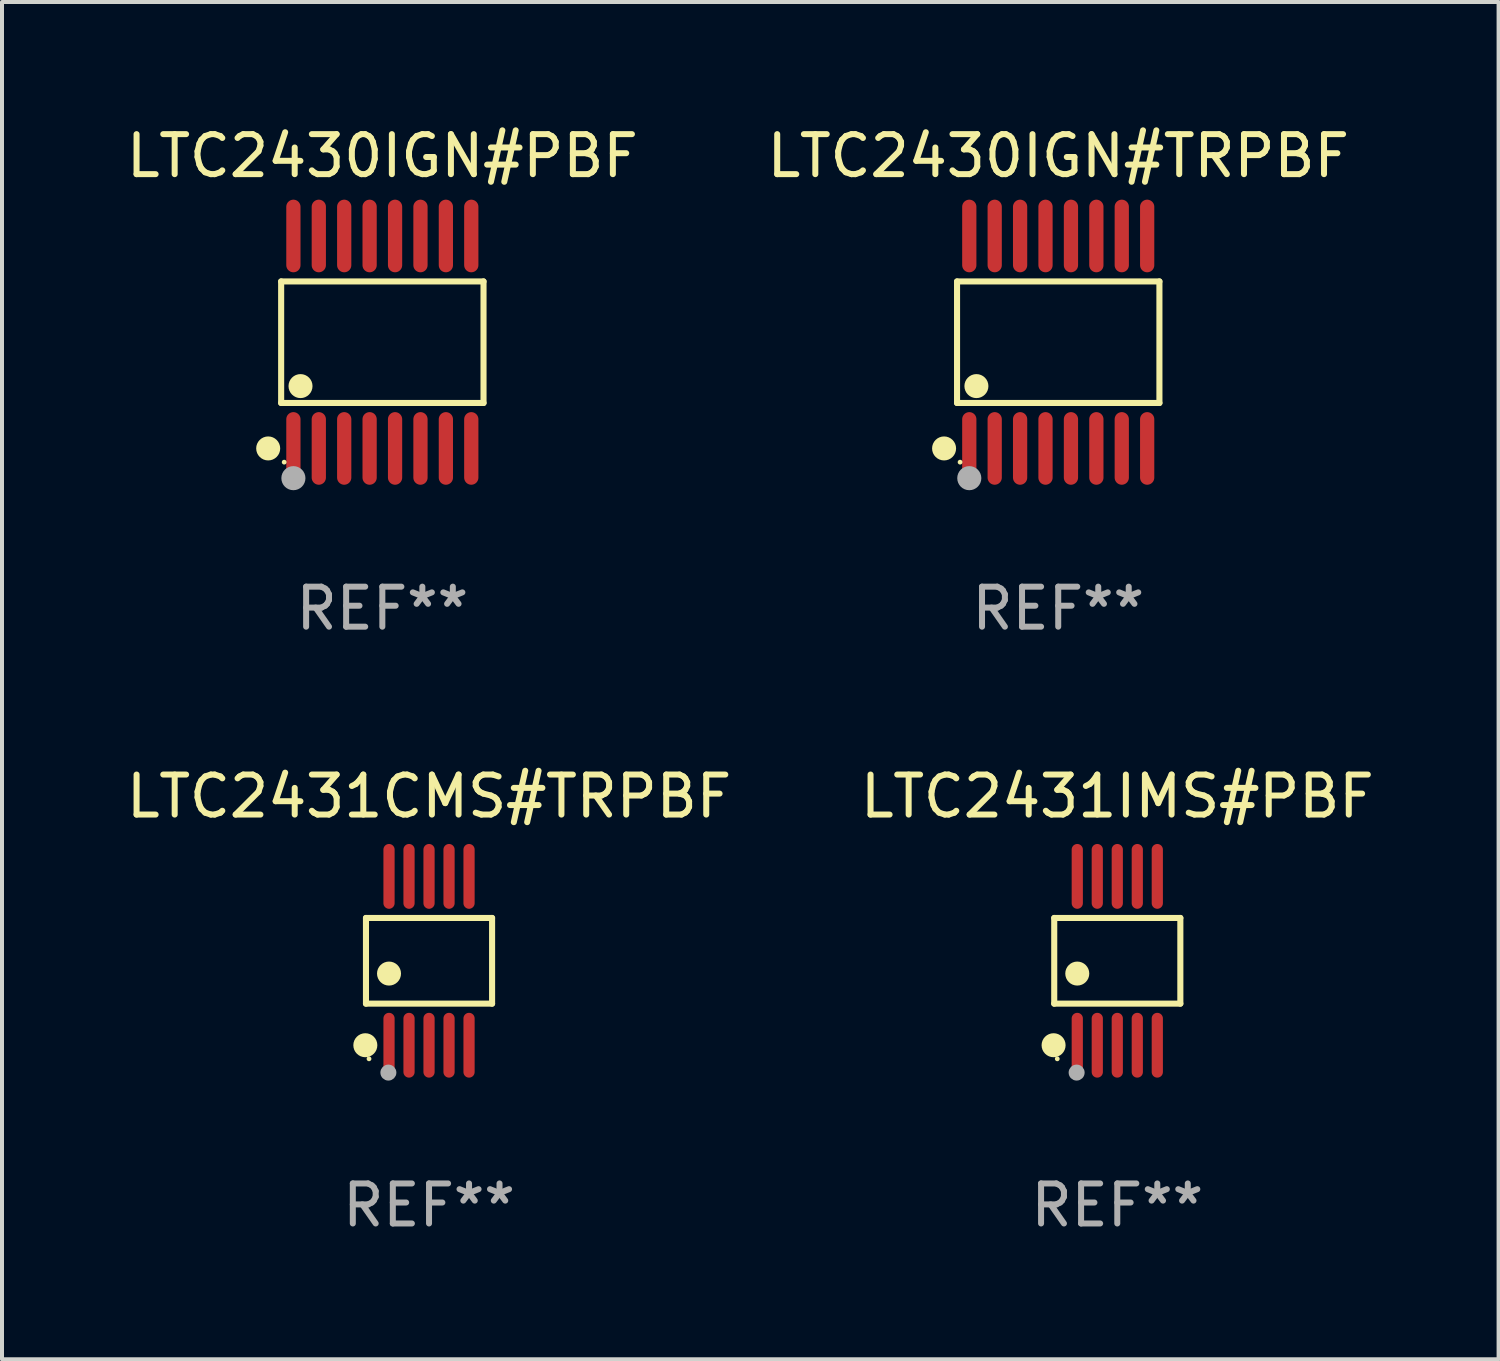
<source format=kicad_pcb>
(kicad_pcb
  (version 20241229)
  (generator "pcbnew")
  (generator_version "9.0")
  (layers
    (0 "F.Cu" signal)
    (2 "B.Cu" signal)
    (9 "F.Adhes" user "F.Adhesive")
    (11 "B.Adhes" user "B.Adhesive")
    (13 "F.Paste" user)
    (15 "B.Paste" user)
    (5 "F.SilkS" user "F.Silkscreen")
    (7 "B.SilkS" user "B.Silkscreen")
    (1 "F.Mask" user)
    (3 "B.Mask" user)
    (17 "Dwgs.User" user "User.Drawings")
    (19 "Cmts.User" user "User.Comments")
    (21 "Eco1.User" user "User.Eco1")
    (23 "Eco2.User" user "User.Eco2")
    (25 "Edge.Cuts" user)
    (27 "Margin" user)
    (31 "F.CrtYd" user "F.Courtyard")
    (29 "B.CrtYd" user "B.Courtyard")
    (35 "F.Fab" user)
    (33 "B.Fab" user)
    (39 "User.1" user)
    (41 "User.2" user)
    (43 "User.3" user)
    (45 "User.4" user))
  (footprint "LTC2431IMS#PBF"
    (layer "F.Cu")
    (at 24.875 20.964)
    (property "Reference" "LTC2431IMS#PBF" (at 0 -4.11 0) (layer "F.SilkS") (effects (font (size 1 1) (thickness 0.15))))
    (attr through_hole)
    (fp_line (start -1.576 -1.071) (end 1.576 -1.071) (stroke (width 0.152) (type solid)) (layer "F.SilkS"))
    (fp_line (start -1.576 1.071) (end -1.576 -1.071) (stroke (width 0.152) (type solid)) (layer "F.SilkS"))
    (fp_line (start 1.576 -1.071) (end 1.576 1.071) (stroke (width 0.152) (type solid)) (layer "F.SilkS"))
    (fp_line (start 1.576 1.071) (end -1.576 1.071) (stroke (width 0.152) (type solid)) (layer "F.SilkS"))
    (fp_circle (center -1.592 2.11) (end -1.442 2.11) (stroke (width 0.3) (type solid)) (fill no) (layer "F.SilkS"))
    (fp_circle (center -1.5 2.45) (end -1.47 2.45) (stroke (width 0.06) (type solid)) (fill no) (layer "F.SilkS"))
    (fp_circle (center -1 0.319) (end -0.85 0.319) (stroke (width 0.3) (type solid)) (fill no) (layer "F.SilkS"))
    (fp_circle (center -1.016 2.794) (end -0.916 2.794) (stroke (width 0.2) (type solid)) (fill no) (layer "F.Fab"))
    (fp_text user "REF**" (at 0 6.11 0) (layer "F.Fab") (effects (font (size 1 1) (thickness 0.15))))
    (pad "1" smd oval (at -1 2.11) (size 0.28 1.62) (layers "F.Cu" "F.Mask" "F.Paste"))
    (pad "2" smd oval (at -0.5 2.11) (size 0.28 1.62) (layers "F.Cu" "F.Mask" "F.Paste"))
    (pad "3" smd oval (at 0 2.11) (size 0.28 1.62) (layers "F.Cu" "F.Mask" "F.Paste"))
    (pad "4" smd oval (at 0.5 2.11) (size 0.28 1.62) (layers "F.Cu" "F.Mask" "F.Paste"))
    (pad "5" smd oval (at 1 2.11) (size 0.28 1.62) (layers "F.Cu" "F.Mask" "F.Paste"))
    (pad "6" smd oval (at 1 -2.11) (size 0.28 1.62) (layers "F.Cu" "F.Mask" "F.Paste"))
    (pad "7" smd oval (at 0.5 -2.11) (size 0.28 1.62) (layers "F.Cu" "F.Mask" "F.Paste"))
    (pad "8" smd oval (at 0 -2.11) (size 0.28 1.62) (layers "F.Cu" "F.Mask" "F.Paste"))
    (pad "9" smd oval (at -0.5 -2.11) (size 0.28 1.62) (layers "F.Cu" "F.Mask" "F.Paste"))
    (pad "10" smd oval (at -1 -2.11) (size 0.28 1.62) (layers "F.Cu" "F.Mask" "F.Paste")))
  (footprint "LTC2430IGN#PBF"
    (layer "F.Cu")
    (at 6.506 5.503)
    (property "Reference" "LTC2430IGN#PBF" (at 0 -4.655 0) (layer "F.SilkS") (effects (font (size 1 1) (thickness 0.15))))
    (attr through_hole)
    (fp_line (start -2.529 -1.519) (end 2.529 -1.519) (stroke (width 0.152) (type solid)) (layer "F.SilkS"))
    (fp_line (start -2.529 1.519) (end -2.529 -1.519) (stroke (width 0.152) (type solid)) (layer "F.SilkS"))
    (fp_line (start 2.529 -1.519) (end 2.529 1.519) (stroke (width 0.152) (type solid)) (layer "F.SilkS"))
    (fp_line (start 2.529 1.519) (end -2.529 1.519) (stroke (width 0.152) (type solid)) (layer "F.SilkS"))
    (fp_circle (center -2.853 2.655) (end -2.703 2.655) (stroke (width 0.3) (type solid)) (fill no) (layer "F.SilkS"))
    (fp_circle (center -2.453 2.998) (end -2.423 2.998) (stroke (width 0.06) (type solid)) (fill no) (layer "F.SilkS"))
    (fp_circle (center -2.045 1.097) (end -1.895 1.097) (stroke (width 0.3) (type solid)) (fill no) (layer "F.SilkS"))
    (fp_circle (center -2.223 3.398) (end -2.072 3.398) (stroke (width 0.3) (type solid)) (fill no) (layer "F.Fab"))
    (fp_text user "REF**" (at 0 6.655 0) (layer "F.Fab") (effects (font (size 1 1) (thickness 0.15))))
    (pad "1" smd oval (at -2.223 2.655) (size 0.356 1.815) (layers "F.Cu" "F.Mask" "F.Paste"))
    (pad "2" smd oval (at -1.588 2.655) (size 0.356 1.815) (layers "F.Cu" "F.Mask" "F.Paste"))
    (pad "3" smd oval (at -0.953 2.655) (size 0.356 1.815) (layers "F.Cu" "F.Mask" "F.Paste"))
    (pad "4" smd oval (at -0.318 2.655) (size 0.356 1.815) (layers "F.Cu" "F.Mask" "F.Paste"))
    (pad "5" smd oval (at 0.318 2.655) (size 0.356 1.815) (layers "F.Cu" "F.Mask" "F.Paste"))
    (pad "6" smd oval (at 0.953 2.655) (size 0.356 1.815) (layers "F.Cu" "F.Mask" "F.Paste"))
    (pad "7" smd oval (at 1.588 2.655) (size 0.356 1.815) (layers "F.Cu" "F.Mask" "F.Paste"))
    (pad "8" smd oval (at 2.223 2.655) (size 0.356 1.815) (layers "F.Cu" "F.Mask" "F.Paste"))
    (pad "9" smd oval (at 2.223 -2.655) (size 0.356 1.815) (layers "F.Cu" "F.Mask" "F.Paste"))
    (pad "10" smd oval (at 1.588 -2.655) (size 0.356 1.815) (layers "F.Cu" "F.Mask" "F.Paste"))
    (pad "11" smd oval (at 0.953 -2.655) (size 0.356 1.815) (layers "F.Cu" "F.Mask" "F.Paste"))
    (pad "12" smd oval (at 0.318 -2.655) (size 0.356 1.815) (layers "F.Cu" "F.Mask" "F.Paste"))
    (pad "13" smd oval (at -0.318 -2.655) (size 0.356 1.815) (layers "F.Cu" "F.Mask" "F.Paste"))
    (pad "14" smd oval (at -0.953 -2.655) (size 0.356 1.815) (layers "F.Cu" "F.Mask" "F.Paste"))
    (pad "15" smd oval (at -1.588 -2.655) (size 0.356 1.815) (layers "F.Cu" "F.Mask" "F.Paste"))
    (pad "16" smd oval (at -2.223 -2.655) (size 0.356 1.815) (layers "F.Cu" "F.Mask" "F.Paste")))
  (footprint "LTC2430IGN#TRPBF"
    (layer "F.Cu")
    (at 23.399 5.503)
    (property "Reference" "LTC2430IGN#TRPBF" (at 0 -4.655 0) (layer "F.SilkS") (effects (font (size 1 1) (thickness 0.15))))
    (attr through_hole)
    (fp_line (start -2.529 -1.519) (end 2.529 -1.519) (stroke (width 0.152) (type solid)) (layer "F.SilkS"))
    (fp_line (start -2.529 1.519) (end -2.529 -1.519) (stroke (width 0.152) (type solid)) (layer "F.SilkS"))
    (fp_line (start 2.529 -1.519) (end 2.529 1.519) (stroke (width 0.152) (type solid)) (layer "F.SilkS"))
    (fp_line (start 2.529 1.519) (end -2.529 1.519) (stroke (width 0.152) (type solid)) (layer "F.SilkS"))
    (fp_circle (center -2.853 2.655) (end -2.703 2.655) (stroke (width 0.3) (type solid)) (fill no) (layer "F.SilkS"))
    (fp_circle (center -2.453 2.998) (end -2.423 2.998) (stroke (width 0.06) (type solid)) (fill no) (layer "F.SilkS"))
    (fp_circle (center -2.045 1.097) (end -1.895 1.097) (stroke (width 0.3) (type solid)) (fill no) (layer "F.SilkS"))
    (fp_circle (center -2.223 3.398) (end -2.072 3.398) (stroke (width 0.3) (type solid)) (fill no) (layer "F.Fab"))
    (fp_text user "REF**" (at 0 6.655 0) (layer "F.Fab") (effects (font (size 1 1) (thickness 0.15))))
    (pad "1" smd oval (at -2.223 2.655) (size 0.356 1.815) (layers "F.Cu" "F.Mask" "F.Paste"))
    (pad "2" smd oval (at -1.588 2.655) (size 0.356 1.815) (layers "F.Cu" "F.Mask" "F.Paste"))
    (pad "3" smd oval (at -0.953 2.655) (size 0.356 1.815) (layers "F.Cu" "F.Mask" "F.Paste"))
    (pad "4" smd oval (at -0.318 2.655) (size 0.356 1.815) (layers "F.Cu" "F.Mask" "F.Paste"))
    (pad "5" smd oval (at 0.318 2.655) (size 0.356 1.815) (layers "F.Cu" "F.Mask" "F.Paste"))
    (pad "6" smd oval (at 0.953 2.655) (size 0.356 1.815) (layers "F.Cu" "F.Mask" "F.Paste"))
    (pad "7" smd oval (at 1.588 2.655) (size 0.356 1.815) (layers "F.Cu" "F.Mask" "F.Paste"))
    (pad "8" smd oval (at 2.223 2.655) (size 0.356 1.815) (layers "F.Cu" "F.Mask" "F.Paste"))
    (pad "9" smd oval (at 2.223 -2.655) (size 0.356 1.815) (layers "F.Cu" "F.Mask" "F.Paste"))
    (pad "10" smd oval (at 1.588 -2.655) (size 0.356 1.815) (layers "F.Cu" "F.Mask" "F.Paste"))
    (pad "11" smd oval (at 0.953 -2.655) (size 0.356 1.815) (layers "F.Cu" "F.Mask" "F.Paste"))
    (pad "12" smd oval (at 0.318 -2.655) (size 0.356 1.815) (layers "F.Cu" "F.Mask" "F.Paste"))
    (pad "13" smd oval (at -0.318 -2.655) (size 0.356 1.815) (layers "F.Cu" "F.Mask" "F.Paste"))
    (pad "14" smd oval (at -0.953 -2.655) (size 0.356 1.815) (layers "F.Cu" "F.Mask" "F.Paste"))
    (pad "15" smd oval (at -1.588 -2.655) (size 0.356 1.815) (layers "F.Cu" "F.Mask" "F.Paste"))
    (pad "16" smd oval (at -2.223 -2.655) (size 0.356 1.815) (layers "F.Cu" "F.Mask" "F.Paste")))
  (footprint "LTC2431CMS#TRPBF"
    (layer "F.Cu")
    (at 7.673 20.964)
    (property "Reference" "LTC2431CMS#TRPBF" (at 0 -4.11 0) (layer "F.SilkS") (effects (font (size 1 1) (thickness 0.15))))
    (attr through_hole)
    (fp_line (start -1.576 -1.071) (end 1.576 -1.071) (stroke (width 0.152) (type solid)) (layer "F.SilkS"))
    (fp_line (start -1.576 1.071) (end -1.576 -1.071) (stroke (width 0.152) (type solid)) (layer "F.SilkS"))
    (fp_line (start 1.576 -1.071) (end 1.576 1.071) (stroke (width 0.152) (type solid)) (layer "F.SilkS"))
    (fp_line (start 1.576 1.071) (end -1.576 1.071) (stroke (width 0.152) (type solid)) (layer "F.SilkS"))
    (fp_circle (center -1.592 2.11) (end -1.442 2.11) (stroke (width 0.3) (type solid)) (fill no) (layer "F.SilkS"))
    (fp_circle (center -1.5 2.45) (end -1.47 2.45) (stroke (width 0.06) (type solid)) (fill no) (layer "F.SilkS"))
    (fp_circle (center -1 0.319) (end -0.85 0.319) (stroke (width 0.3) (type solid)) (fill no) (layer "F.SilkS"))
    (fp_circle (center -1.016 2.794) (end -0.916 2.794) (stroke (width 0.2) (type solid)) (fill no) (layer "F.Fab"))
    (fp_text user "REF**" (at 0 6.11 0) (layer "F.Fab") (effects (font (size 1 1) (thickness 0.15))))
    (pad "1" smd oval (at -1 2.11) (size 0.28 1.62) (layers "F.Cu" "F.Mask" "F.Paste"))
    (pad "2" smd oval (at -0.5 2.11) (size 0.28 1.62) (layers "F.Cu" "F.Mask" "F.Paste"))
    (pad "3" smd oval (at 0 2.11) (size 0.28 1.62) (layers "F.Cu" "F.Mask" "F.Paste"))
    (pad "4" smd oval (at 0.5 2.11) (size 0.28 1.62) (layers "F.Cu" "F.Mask" "F.Paste"))
    (pad "5" smd oval (at 1 2.11) (size 0.28 1.62) (layers "F.Cu" "F.Mask" "F.Paste"))
    (pad "6" smd oval (at 1 -2.11) (size 0.28 1.62) (layers "F.Cu" "F.Mask" "F.Paste"))
    (pad "7" smd oval (at 0.5 -2.11) (size 0.28 1.62) (layers "F.Cu" "F.Mask" "F.Paste"))
    (pad "8" smd oval (at 0 -2.11) (size 0.28 1.62) (layers "F.Cu" "F.Mask" "F.Paste"))
    (pad "9" smd oval (at -0.5 -2.11) (size 0.28 1.62) (layers "F.Cu" "F.Mask" "F.Paste"))
    (pad "10" smd oval (at -1 -2.11) (size 0.28 1.62) (layers "F.Cu" "F.Mask" "F.Paste")))
  (gr_rect
    (start -3 -3)
    (end 34.405 30.923)
    (stroke (width 0.1) (type default))
    (fill no)
    (layer "Edge.Cuts")))
</source>
